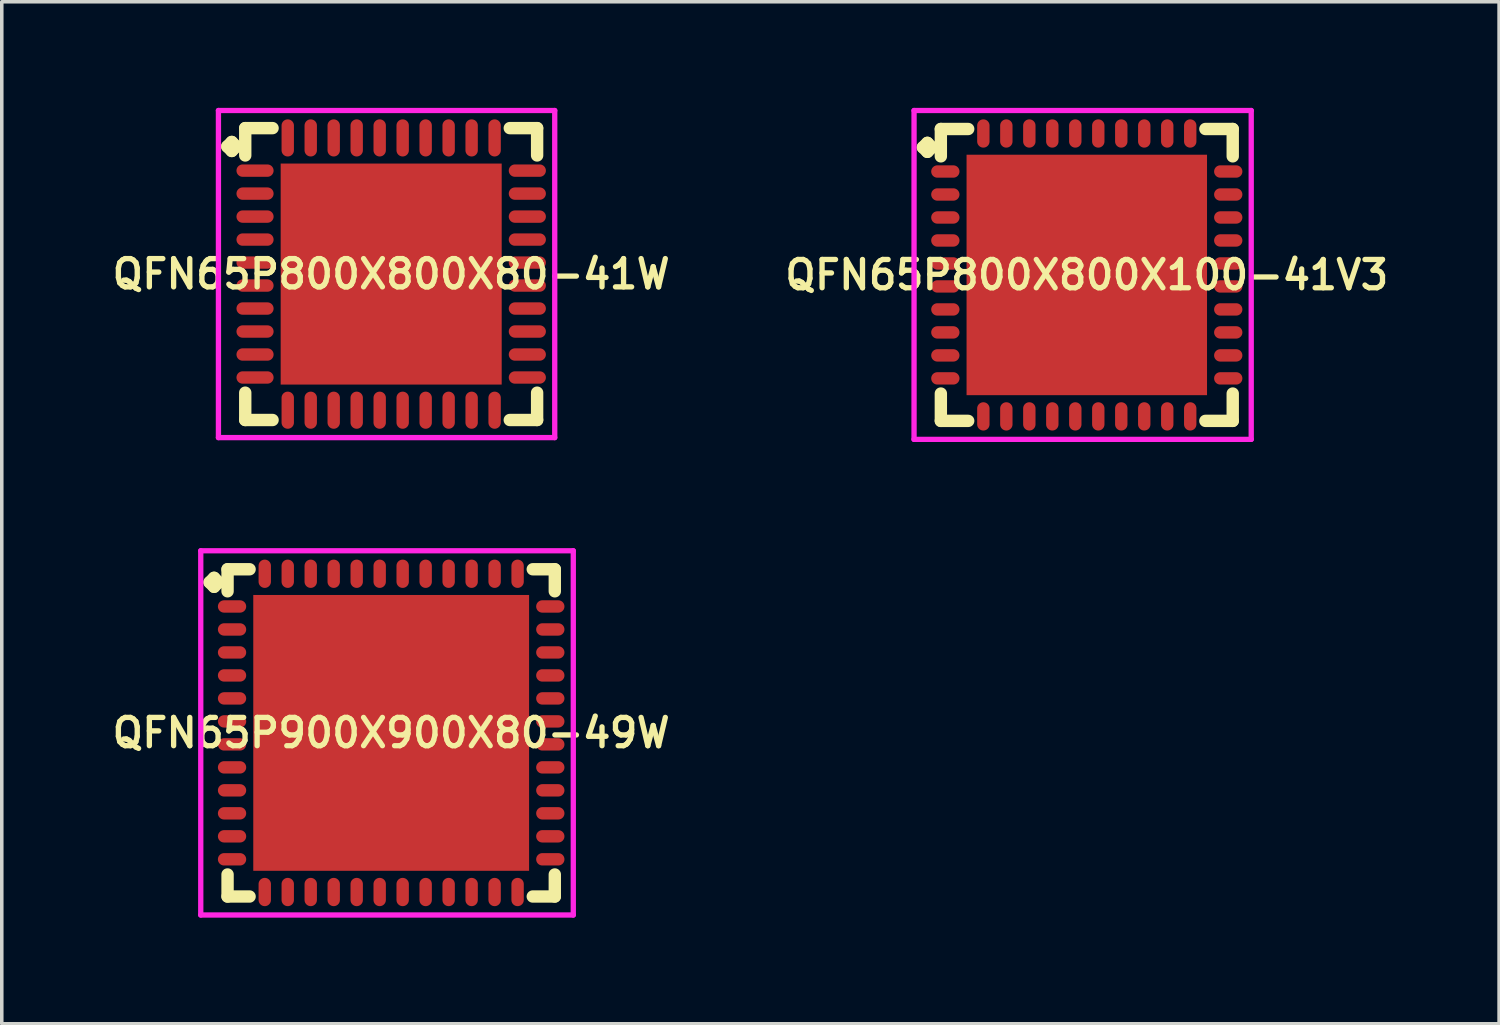
<source format=kicad_pcb>
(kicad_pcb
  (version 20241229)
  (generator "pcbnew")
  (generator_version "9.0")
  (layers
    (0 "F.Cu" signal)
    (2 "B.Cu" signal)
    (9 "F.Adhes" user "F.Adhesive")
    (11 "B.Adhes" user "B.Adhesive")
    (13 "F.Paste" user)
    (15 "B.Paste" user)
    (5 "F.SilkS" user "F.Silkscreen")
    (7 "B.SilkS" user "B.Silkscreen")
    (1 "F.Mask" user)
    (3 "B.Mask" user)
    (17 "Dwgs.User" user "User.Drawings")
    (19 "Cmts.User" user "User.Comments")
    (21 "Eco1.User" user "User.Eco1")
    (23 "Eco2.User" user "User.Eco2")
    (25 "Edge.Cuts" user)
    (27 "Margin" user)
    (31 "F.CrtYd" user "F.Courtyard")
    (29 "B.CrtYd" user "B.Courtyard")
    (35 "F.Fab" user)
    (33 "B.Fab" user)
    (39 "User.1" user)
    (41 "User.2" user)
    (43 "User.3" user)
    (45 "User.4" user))
  (footprint "QFN65P800X800X100-41V3"
    (layer "F.Cu")
    (at 27.683 4.725)
    (property "Reference" "QFN65P800X800X100-41V3" (at 0 0 0) (layer "F.SilkS") (effects (font (size 0.8 0.8) (thickness 0.15))))
    (attr smd)
    (fp_line (start -4.635 -3.608) (end -4.508 -3.735) (stroke (width 0.35) (type solid)) (layer "F.SilkS"))
    (fp_line (start -4.508 -3.735) (end -4.381 -3.608) (stroke (width 0.35) (type solid)) (layer "F.SilkS"))
    (fp_line (start -4.508 -3.481) (end -4.635 -3.608) (stroke (width 0.35) (type solid)) (layer "F.SilkS"))
    (fp_line (start -4.381 -3.608) (end -4.508 -3.481) (stroke (width 0.35) (type solid)) (layer "F.SilkS"))
    (fp_line (start -4.127 -4.127) (end -3.354 -4.127) (stroke (width 0.35) (type solid)) (layer "F.SilkS"))
    (fp_line (start -4.127 -3.354) (end -4.127 -4.127) (stroke (width 0.35) (type solid)) (layer "F.SilkS"))
    (fp_line (start -4.127 3.354) (end -4.127 4.127) (stroke (width 0.35) (type solid)) (layer "F.SilkS"))
    (fp_line (start -4.127 4.127) (end -3.354 4.127) (stroke (width 0.35) (type solid)) (layer "F.SilkS"))
    (fp_line (start 3.354 -4.127) (end 4.127 -4.127) (stroke (width 0.35) (type solid)) (layer "F.SilkS"))
    (fp_line (start 3.354 4.127) (end 4.127 4.127) (stroke (width 0.35) (type solid)) (layer "F.SilkS"))
    (fp_line (start 4.127 -4.127) (end 4.127 -3.354) (stroke (width 0.35) (type solid)) (layer "F.SilkS"))
    (fp_line (start 4.127 4.127) (end 4.127 3.354) (stroke (width 0.35) (type solid)) (layer "F.SilkS"))
    (fp_line (start -4.885 -4.65) (end 4.65 -4.65) (stroke (width 0.15) (type solid)) (layer "F.CrtYd"))
    (fp_line (start -4.885 4.65) (end -4.885 -4.65) (stroke (width 0.15) (type solid)) (layer "F.CrtYd"))
    (fp_line (start 4.65 -4.65) (end 4.65 4.65) (stroke (width 0.15) (type solid)) (layer "F.CrtYd"))
    (fp_line (start 4.65 4.65) (end -4.885 4.65) (stroke (width 0.15) (type solid)) (layer "F.CrtYd"))
    (pad "1" smd oval (at -4 -2.925) (size 0.8 0.35) (layers "F.Cu" "F.Mask" "F.Paste"))
    (pad "2" smd oval (at -4 -2.275) (size 0.8 0.35) (layers "F.Cu" "F.Mask" "F.Paste"))
    (pad "3" smd oval (at -4 -1.625) (size 0.8 0.35) (layers "F.Cu" "F.Mask" "F.Paste"))
    (pad "4" smd oval (at -4 -0.975) (size 0.8 0.35) (layers "F.Cu" "F.Mask" "F.Paste"))
    (pad "5" smd oval (at -4 -0.325) (size 0.8 0.35) (layers "F.Cu" "F.Mask" "F.Paste"))
    (pad "6" smd oval (at -4 0.325) (size 0.8 0.35) (layers "F.Cu" "F.Mask" "F.Paste"))
    (pad "7" smd oval (at -4 0.975) (size 0.8 0.35) (layers "F.Cu" "F.Mask" "F.Paste"))
    (pad "8" smd oval (at -4 1.625) (size 0.8 0.35) (layers "F.Cu" "F.Mask" "F.Paste"))
    (pad "9" smd oval (at -4 2.275) (size 0.8 0.35) (layers "F.Cu" "F.Mask" "F.Paste"))
    (pad "10" smd oval (at -4 2.925) (size 0.8 0.35) (layers "F.Cu" "F.Mask" "F.Paste"))
    (pad "11" smd oval (at -2.925 4) (size 0.35 0.8) (layers "F.Cu" "F.Mask" "F.Paste"))
    (pad "12" smd oval (at -2.275 4) (size 0.35 0.8) (layers "F.Cu" "F.Mask" "F.Paste"))
    (pad "13" smd oval (at -1.625 4) (size 0.35 0.8) (layers "F.Cu" "F.Mask" "F.Paste"))
    (pad "14" smd oval (at -0.975 4) (size 0.35 0.8) (layers "F.Cu" "F.Mask" "F.Paste"))
    (pad "15" smd oval (at -0.325 4) (size 0.35 0.8) (layers "F.Cu" "F.Mask" "F.Paste"))
    (pad "16" smd oval (at 0.325 4) (size 0.35 0.8) (layers "F.Cu" "F.Mask" "F.Paste"))
    (pad "17" smd oval (at 0.975 4) (size 0.35 0.8) (layers "F.Cu" "F.Mask" "F.Paste"))
    (pad "18" smd oval (at 1.625 4) (size 0.35 0.8) (layers "F.Cu" "F.Mask" "F.Paste"))
    (pad "19" smd oval (at 2.275 4) (size 0.35 0.8) (layers "F.Cu" "F.Mask" "F.Paste"))
    (pad "20" smd oval (at 2.925 4) (size 0.35 0.8) (layers "F.Cu" "F.Mask" "F.Paste"))
    (pad "21" smd oval (at 4 2.925) (size 0.8 0.35) (layers "F.Cu" "F.Mask" "F.Paste"))
    (pad "22" smd oval (at 4 2.275) (size 0.8 0.35) (layers "F.Cu" "F.Mask" "F.Paste"))
    (pad "23" smd oval (at 4 1.625) (size 0.8 0.35) (layers "F.Cu" "F.Mask" "F.Paste"))
    (pad "24" smd oval (at 4 0.975) (size 0.8 0.35) (layers "F.Cu" "F.Mask" "F.Paste"))
    (pad "25" smd oval (at 4 0.325) (size 0.8 0.35) (layers "F.Cu" "F.Mask" "F.Paste"))
    (pad "26" smd oval (at 4 -0.325) (size 0.8 0.35) (layers "F.Cu" "F.Mask" "F.Paste"))
    (pad "27" smd oval (at 4 -0.975) (size 0.8 0.35) (layers "F.Cu" "F.Mask" "F.Paste"))
    (pad "28" smd oval (at 4 -1.625) (size 0.8 0.35) (layers "F.Cu" "F.Mask" "F.Paste"))
    (pad "29" smd oval (at 4 -2.275) (size 0.8 0.35) (layers "F.Cu" "F.Mask" "F.Paste"))
    (pad "30" smd oval (at 4 -2.925) (size 0.8 0.35) (layers "F.Cu" "F.Mask" "F.Paste"))
    (pad "31" smd oval (at 2.925 -4) (size 0.35 0.8) (layers "F.Cu" "F.Mask" "F.Paste"))
    (pad "32" smd oval (at 2.275 -4) (size 0.35 0.8) (layers "F.Cu" "F.Mask" "F.Paste"))
    (pad "33" smd oval (at 1.625 -4) (size 0.35 0.8) (layers "F.Cu" "F.Mask" "F.Paste"))
    (pad "34" smd oval (at 0.975 -4) (size 0.35 0.8) (layers "F.Cu" "F.Mask" "F.Paste"))
    (pad "35" smd oval (at 0.325 -4) (size 0.35 0.8) (layers "F.Cu" "F.Mask" "F.Paste"))
    (pad "36" smd oval (at -0.325 -4) (size 0.35 0.8) (layers "F.Cu" "F.Mask" "F.Paste"))
    (pad "37" smd oval (at -0.975 -4) (size 0.35 0.8) (layers "F.Cu" "F.Mask" "F.Paste"))
    (pad "38" smd oval (at -1.625 -4) (size 0.35 0.8) (layers "F.Cu" "F.Mask" "F.Paste"))
    (pad "39" smd oval (at -2.275 -4) (size 0.35 0.8) (layers "F.Cu" "F.Mask" "F.Paste"))
    (pad "40" smd oval (at -2.925 -4) (size 0.35 0.8) (layers "F.Cu" "F.Mask" "F.Paste"))
    (pad "41" smd rect (at 0 0) (size 6.8 6.8) (layers "F.Cu" "F.Mask" "F.Paste")))
  (footprint "QFN65P800X800X80-41W"
    (layer "F.Cu")
    (at 8.012 4.7)
    (property "Reference" "QFN65P800X800X80-41W" (at 0 0 0) (layer "F.SilkS") (effects (font (size 0.8 0.8) (thickness 0.15))))
    (attr smd)
    (fp_line (start -4.635 -3.608) (end -4.508 -3.735) (stroke (width 0.35) (type solid)) (layer "F.SilkS"))
    (fp_line (start -4.508 -3.735) (end -4.381 -3.608) (stroke (width 0.35) (type solid)) (layer "F.SilkS"))
    (fp_line (start -4.508 -3.481) (end -4.635 -3.608) (stroke (width 0.35) (type solid)) (layer "F.SilkS"))
    (fp_line (start -4.381 -3.608) (end -4.508 -3.481) (stroke (width 0.35) (type solid)) (layer "F.SilkS"))
    (fp_line (start -4.127 -4.127) (end -3.354 -4.127) (stroke (width 0.35) (type solid)) (layer "F.SilkS"))
    (fp_line (start -4.127 -3.354) (end -4.127 -4.127) (stroke (width 0.35) (type solid)) (layer "F.SilkS"))
    (fp_line (start -4.127 3.354) (end -4.127 4.127) (stroke (width 0.35) (type solid)) (layer "F.SilkS"))
    (fp_line (start -4.127 4.127) (end -3.354 4.127) (stroke (width 0.35) (type solid)) (layer "F.SilkS"))
    (fp_line (start 3.354 -4.127) (end 4.127 -4.127) (stroke (width 0.35) (type solid)) (layer "F.SilkS"))
    (fp_line (start 3.354 4.127) (end 4.127 4.127) (stroke (width 0.35) (type solid)) (layer "F.SilkS"))
    (fp_line (start 4.127 -4.127) (end 4.127 -3.354) (stroke (width 0.35) (type solid)) (layer "F.SilkS"))
    (fp_line (start 4.127 4.127) (end 4.127 3.354) (stroke (width 0.35) (type solid)) (layer "F.SilkS"))
    (fp_line (start -4.885 -4.625) (end 4.625 -4.625) (stroke (width 0.15) (type solid)) (layer "F.CrtYd"))
    (fp_line (start -4.885 4.625) (end -4.885 -4.625) (stroke (width 0.15) (type solid)) (layer "F.CrtYd"))
    (fp_line (start 4.625 -4.625) (end 4.625 4.625) (stroke (width 0.15) (type solid)) (layer "F.CrtYd"))
    (fp_line (start 4.625 4.625) (end -4.885 4.625) (stroke (width 0.15) (type solid)) (layer "F.CrtYd"))
    (pad "1" smd oval (at -3.85 -2.925) (size 1.05 0.35) (layers "F.Cu" "F.Mask" "F.Paste"))
    (pad "2" smd oval (at -3.85 -2.275) (size 1.05 0.35) (layers "F.Cu" "F.Mask" "F.Paste"))
    (pad "3" smd oval (at -3.85 -1.625) (size 1.05 0.35) (layers "F.Cu" "F.Mask" "F.Paste"))
    (pad "4" smd oval (at -3.85 -0.975) (size 1.05 0.35) (layers "F.Cu" "F.Mask" "F.Paste"))
    (pad "5" smd oval (at -3.85 -0.325) (size 1.05 0.35) (layers "F.Cu" "F.Mask" "F.Paste"))
    (pad "6" smd oval (at -3.85 0.325) (size 1.05 0.35) (layers "F.Cu" "F.Mask" "F.Paste"))
    (pad "7" smd oval (at -3.85 0.975) (size 1.05 0.35) (layers "F.Cu" "F.Mask" "F.Paste"))
    (pad "8" smd oval (at -3.85 1.625) (size 1.05 0.35) (layers "F.Cu" "F.Mask" "F.Paste"))
    (pad "9" smd oval (at -3.85 2.275) (size 1.05 0.35) (layers "F.Cu" "F.Mask" "F.Paste"))
    (pad "10" smd oval (at -3.85 2.925) (size 1.05 0.35) (layers "F.Cu" "F.Mask" "F.Paste"))
    (pad "11" smd oval (at -2.925 3.85) (size 0.35 1.05) (layers "F.Cu" "F.Mask" "F.Paste"))
    (pad "12" smd oval (at -2.275 3.85) (size 0.35 1.05) (layers "F.Cu" "F.Mask" "F.Paste"))
    (pad "13" smd oval (at -1.625 3.85) (size 0.35 1.05) (layers "F.Cu" "F.Mask" "F.Paste"))
    (pad "14" smd oval (at -0.975 3.85) (size 0.35 1.05) (layers "F.Cu" "F.Mask" "F.Paste"))
    (pad "15" smd oval (at -0.325 3.85) (size 0.35 1.05) (layers "F.Cu" "F.Mask" "F.Paste"))
    (pad "16" smd oval (at 0.325 3.85) (size 0.35 1.05) (layers "F.Cu" "F.Mask" "F.Paste"))
    (pad "17" smd oval (at 0.975 3.85) (size 0.35 1.05) (layers "F.Cu" "F.Mask" "F.Paste"))
    (pad "18" smd oval (at 1.625 3.85) (size 0.35 1.05) (layers "F.Cu" "F.Mask" "F.Paste"))
    (pad "19" smd oval (at 2.275 3.85) (size 0.35 1.05) (layers "F.Cu" "F.Mask" "F.Paste"))
    (pad "20" smd oval (at 2.925 3.85) (size 0.35 1.05) (layers "F.Cu" "F.Mask" "F.Paste"))
    (pad "21" smd oval (at 3.85 2.925) (size 1.05 0.35) (layers "F.Cu" "F.Mask" "F.Paste"))
    (pad "22" smd oval (at 3.85 2.275) (size 1.05 0.35) (layers "F.Cu" "F.Mask" "F.Paste"))
    (pad "23" smd oval (at 3.85 1.625) (size 1.05 0.35) (layers "F.Cu" "F.Mask" "F.Paste"))
    (pad "24" smd oval (at 3.85 0.975) (size 1.05 0.35) (layers "F.Cu" "F.Mask" "F.Paste"))
    (pad "25" smd oval (at 3.85 0.325) (size 1.05 0.35) (layers "F.Cu" "F.Mask" "F.Paste"))
    (pad "26" smd oval (at 3.85 -0.325) (size 1.05 0.35) (layers "F.Cu" "F.Mask" "F.Paste"))
    (pad "27" smd oval (at 3.85 -0.975) (size 1.05 0.35) (layers "F.Cu" "F.Mask" "F.Paste"))
    (pad "28" smd oval (at 3.85 -1.625) (size 1.05 0.35) (layers "F.Cu" "F.Mask" "F.Paste"))
    (pad "29" smd oval (at 3.85 -2.275) (size 1.05 0.35) (layers "F.Cu" "F.Mask" "F.Paste"))
    (pad "30" smd oval (at 3.85 -2.925) (size 1.05 0.35) (layers "F.Cu" "F.Mask" "F.Paste"))
    (pad "31" smd oval (at 2.925 -3.85) (size 0.35 1.05) (layers "F.Cu" "F.Mask" "F.Paste"))
    (pad "32" smd oval (at 2.275 -3.85) (size 0.35 1.05) (layers "F.Cu" "F.Mask" "F.Paste"))
    (pad "33" smd oval (at 1.625 -3.85) (size 0.35 1.05) (layers "F.Cu" "F.Mask" "F.Paste"))
    (pad "34" smd oval (at 0.975 -3.85) (size 0.35 1.05) (layers "F.Cu" "F.Mask" "F.Paste"))
    (pad "35" smd oval (at 0.325 -3.85) (size 0.35 1.05) (layers "F.Cu" "F.Mask" "F.Paste"))
    (pad "36" smd oval (at -0.325 -3.85) (size 0.35 1.05) (layers "F.Cu" "F.Mask" "F.Paste"))
    (pad "37" smd oval (at -0.975 -3.85) (size 0.35 1.05) (layers "F.Cu" "F.Mask" "F.Paste"))
    (pad "38" smd oval (at -1.625 -3.85) (size 0.35 1.05) (layers "F.Cu" "F.Mask" "F.Paste"))
    (pad "39" smd oval (at -2.275 -3.85) (size 0.35 1.05) (layers "F.Cu" "F.Mask" "F.Paste"))
    (pad "40" smd oval (at -2.925 -3.85) (size 0.35 1.05) (layers "F.Cu" "F.Mask" "F.Paste"))
    (pad "41" smd rect (at 0 0) (size 6.25 6.25) (layers "F.Cu" "F.Mask" "F.Paste")))
  (footprint "QFN65P900X900X80-49W"
    (layer "F.Cu")
    (at 8.012 17.675)
    (property "Reference" "QFN65P900X900X80-49W" (at 0 0 0) (layer "F.SilkS") (effects (font (size 0.8 0.8) (thickness 0.15))))
    (attr smd)
    (fp_line (start -5.135 -4.258) (end -5.008 -4.385) (stroke (width 0.35) (type solid)) (layer "F.SilkS"))
    (fp_line (start -5.008 -4.385) (end -4.881 -4.258) (stroke (width 0.35) (type solid)) (layer "F.SilkS"))
    (fp_line (start -5.008 -4.131) (end -5.135 -4.258) (stroke (width 0.35) (type solid)) (layer "F.SilkS"))
    (fp_line (start -4.881 -4.258) (end -5.008 -4.131) (stroke (width 0.35) (type solid)) (layer "F.SilkS"))
    (fp_line (start -4.627 -4.627) (end -4.004 -4.627) (stroke (width 0.35) (type solid)) (layer "F.SilkS"))
    (fp_line (start -4.627 -4.004) (end -4.627 -4.627) (stroke (width 0.35) (type solid)) (layer "F.SilkS"))
    (fp_line (start -4.627 4.004) (end -4.627 4.627) (stroke (width 0.35) (type solid)) (layer "F.SilkS"))
    (fp_line (start -4.627 4.627) (end -4.004 4.627) (stroke (width 0.35) (type solid)) (layer "F.SilkS"))
    (fp_line (start 4.004 -4.627) (end 4.627 -4.627) (stroke (width 0.35) (type solid)) (layer "F.SilkS"))
    (fp_line (start 4.004 4.627) (end 4.627 4.627) (stroke (width 0.35) (type solid)) (layer "F.SilkS"))
    (fp_line (start 4.627 -4.627) (end 4.627 -4.004) (stroke (width 0.35) (type solid)) (layer "F.SilkS"))
    (fp_line (start 4.627 4.627) (end 4.627 4.004) (stroke (width 0.35) (type solid)) (layer "F.SilkS"))
    (fp_line (start -5.385 -5.15) (end 5.15 -5.15) (stroke (width 0.15) (type solid)) (layer "F.CrtYd"))
    (fp_line (start -5.385 5.15) (end -5.385 -5.15) (stroke (width 0.15) (type solid)) (layer "F.CrtYd"))
    (fp_line (start 5.15 -5.15) (end 5.15 5.15) (stroke (width 0.15) (type solid)) (layer "F.CrtYd"))
    (fp_line (start 5.15 5.15) (end -5.385 5.15) (stroke (width 0.15) (type solid)) (layer "F.CrtYd"))
    (pad "1" smd oval (at -4.5 -3.575) (size 0.8 0.35) (layers "F.Cu" "F.Mask" "F.Paste"))
    (pad "2" smd oval (at -4.5 -2.925) (size 0.8 0.35) (layers "F.Cu" "F.Mask" "F.Paste"))
    (pad "3" smd oval (at -4.5 -2.275) (size 0.8 0.35) (layers "F.Cu" "F.Mask" "F.Paste"))
    (pad "4" smd oval (at -4.5 -1.625) (size 0.8 0.35) (layers "F.Cu" "F.Mask" "F.Paste"))
    (pad "5" smd oval (at -4.5 -0.975) (size 0.8 0.35) (layers "F.Cu" "F.Mask" "F.Paste"))
    (pad "6" smd oval (at -4.5 -0.325) (size 0.8 0.35) (layers "F.Cu" "F.Mask" "F.Paste"))
    (pad "7" smd oval (at -4.5 0.325) (size 0.8 0.35) (layers "F.Cu" "F.Mask" "F.Paste"))
    (pad "8" smd oval (at -4.5 0.975) (size 0.8 0.35) (layers "F.Cu" "F.Mask" "F.Paste"))
    (pad "9" smd oval (at -4.5 1.625) (size 0.8 0.35) (layers "F.Cu" "F.Mask" "F.Paste"))
    (pad "10" smd oval (at -4.5 2.275) (size 0.8 0.35) (layers "F.Cu" "F.Mask" "F.Paste"))
    (pad "11" smd oval (at -4.5 2.925) (size 0.8 0.35) (layers "F.Cu" "F.Mask" "F.Paste"))
    (pad "12" smd oval (at -4.5 3.575) (size 0.8 0.35) (layers "F.Cu" "F.Mask" "F.Paste"))
    (pad "13" smd oval (at -3.575 4.5) (size 0.35 0.8) (layers "F.Cu" "F.Mask" "F.Paste"))
    (pad "14" smd oval (at -2.925 4.5) (size 0.35 0.8) (layers "F.Cu" "F.Mask" "F.Paste"))
    (pad "15" smd oval (at -2.275 4.5) (size 0.35 0.8) (layers "F.Cu" "F.Mask" "F.Paste"))
    (pad "16" smd oval (at -1.625 4.5) (size 0.35 0.8) (layers "F.Cu" "F.Mask" "F.Paste"))
    (pad "17" smd oval (at -0.975 4.5) (size 0.35 0.8) (layers "F.Cu" "F.Mask" "F.Paste"))
    (pad "18" smd oval (at -0.325 4.5) (size 0.35 0.8) (layers "F.Cu" "F.Mask" "F.Paste"))
    (pad "19" smd oval (at 0.325 4.5) (size 0.35 0.8) (layers "F.Cu" "F.Mask" "F.Paste"))
    (pad "20" smd oval (at 0.975 4.5) (size 0.35 0.8) (layers "F.Cu" "F.Mask" "F.Paste"))
    (pad "21" smd oval (at 1.625 4.5) (size 0.35 0.8) (layers "F.Cu" "F.Mask" "F.Paste"))
    (pad "22" smd oval (at 2.275 4.5) (size 0.35 0.8) (layers "F.Cu" "F.Mask" "F.Paste"))
    (pad "23" smd oval (at 2.925 4.5) (size 0.35 0.8) (layers "F.Cu" "F.Mask" "F.Paste"))
    (pad "24" smd oval (at 3.575 4.5) (size 0.35 0.8) (layers "F.Cu" "F.Mask" "F.Paste"))
    (pad "25" smd oval (at 4.5 3.575) (size 0.8 0.35) (layers "F.Cu" "F.Mask" "F.Paste"))
    (pad "26" smd oval (at 4.5 2.925) (size 0.8 0.35) (layers "F.Cu" "F.Mask" "F.Paste"))
    (pad "27" smd oval (at 4.5 2.275) (size 0.8 0.35) (layers "F.Cu" "F.Mask" "F.Paste"))
    (pad "28" smd oval (at 4.5 1.625) (size 0.8 0.35) (layers "F.Cu" "F.Mask" "F.Paste"))
    (pad "29" smd oval (at 4.5 0.975) (size 0.8 0.35) (layers "F.Cu" "F.Mask" "F.Paste"))
    (pad "30" smd oval (at 4.5 0.325) (size 0.8 0.35) (layers "F.Cu" "F.Mask" "F.Paste"))
    (pad "31" smd oval (at 4.5 -0.325) (size 0.8 0.35) (layers "F.Cu" "F.Mask" "F.Paste"))
    (pad "32" smd oval (at 4.5 -0.975) (size 0.8 0.35) (layers "F.Cu" "F.Mask" "F.Paste"))
    (pad "33" smd oval (at 4.5 -1.625) (size 0.8 0.35) (layers "F.Cu" "F.Mask" "F.Paste"))
    (pad "34" smd oval (at 4.5 -2.275) (size 0.8 0.35) (layers "F.Cu" "F.Mask" "F.Paste"))
    (pad "35" smd oval (at 4.5 -2.925) (size 0.8 0.35) (layers "F.Cu" "F.Mask" "F.Paste"))
    (pad "36" smd oval (at 4.5 -3.575) (size 0.8 0.35) (layers "F.Cu" "F.Mask" "F.Paste"))
    (pad "37" smd oval (at 3.575 -4.5) (size 0.35 0.8) (layers "F.Cu" "F.Mask" "F.Paste"))
    (pad "38" smd oval (at 2.925 -4.5) (size 0.35 0.8) (layers "F.Cu" "F.Mask" "F.Paste"))
    (pad "39" smd oval (at 2.275 -4.5) (size 0.35 0.8) (layers "F.Cu" "F.Mask" "F.Paste"))
    (pad "40" smd oval (at 1.625 -4.5) (size 0.35 0.8) (layers "F.Cu" "F.Mask" "F.Paste"))
    (pad "41" smd oval (at 0.975 -4.5) (size 0.35 0.8) (layers "F.Cu" "F.Mask" "F.Paste"))
    (pad "42" smd oval (at 0.325 -4.5) (size 0.35 0.8) (layers "F.Cu" "F.Mask" "F.Paste"))
    (pad "43" smd oval (at -0.325 -4.5) (size 0.35 0.8) (layers "F.Cu" "F.Mask" "F.Paste"))
    (pad "44" smd oval (at -0.975 -4.5) (size 0.35 0.8) (layers "F.Cu" "F.Mask" "F.Paste"))
    (pad "45" smd oval (at -1.625 -4.5) (size 0.35 0.8) (layers "F.Cu" "F.Mask" "F.Paste"))
    (pad "46" smd oval (at -2.275 -4.5) (size 0.35 0.8) (layers "F.Cu" "F.Mask" "F.Paste"))
    (pad "47" smd oval (at -2.925 -4.5) (size 0.35 0.8) (layers "F.Cu" "F.Mask" "F.Paste"))
    (pad "48" smd oval (at -3.575 -4.5) (size 0.35 0.8) (layers "F.Cu" "F.Mask" "F.Paste"))
    (pad "49" smd rect (at 0 0) (size 7.8 7.8) (layers "F.Cu" "F.Mask" "F.Paste")))
  (gr_rect
    (start -3 -3)
    (end 39.342 25.9)
    (stroke (width 0.1) (type default))
    (fill no)
    (layer "Edge.Cuts")))
</source>
